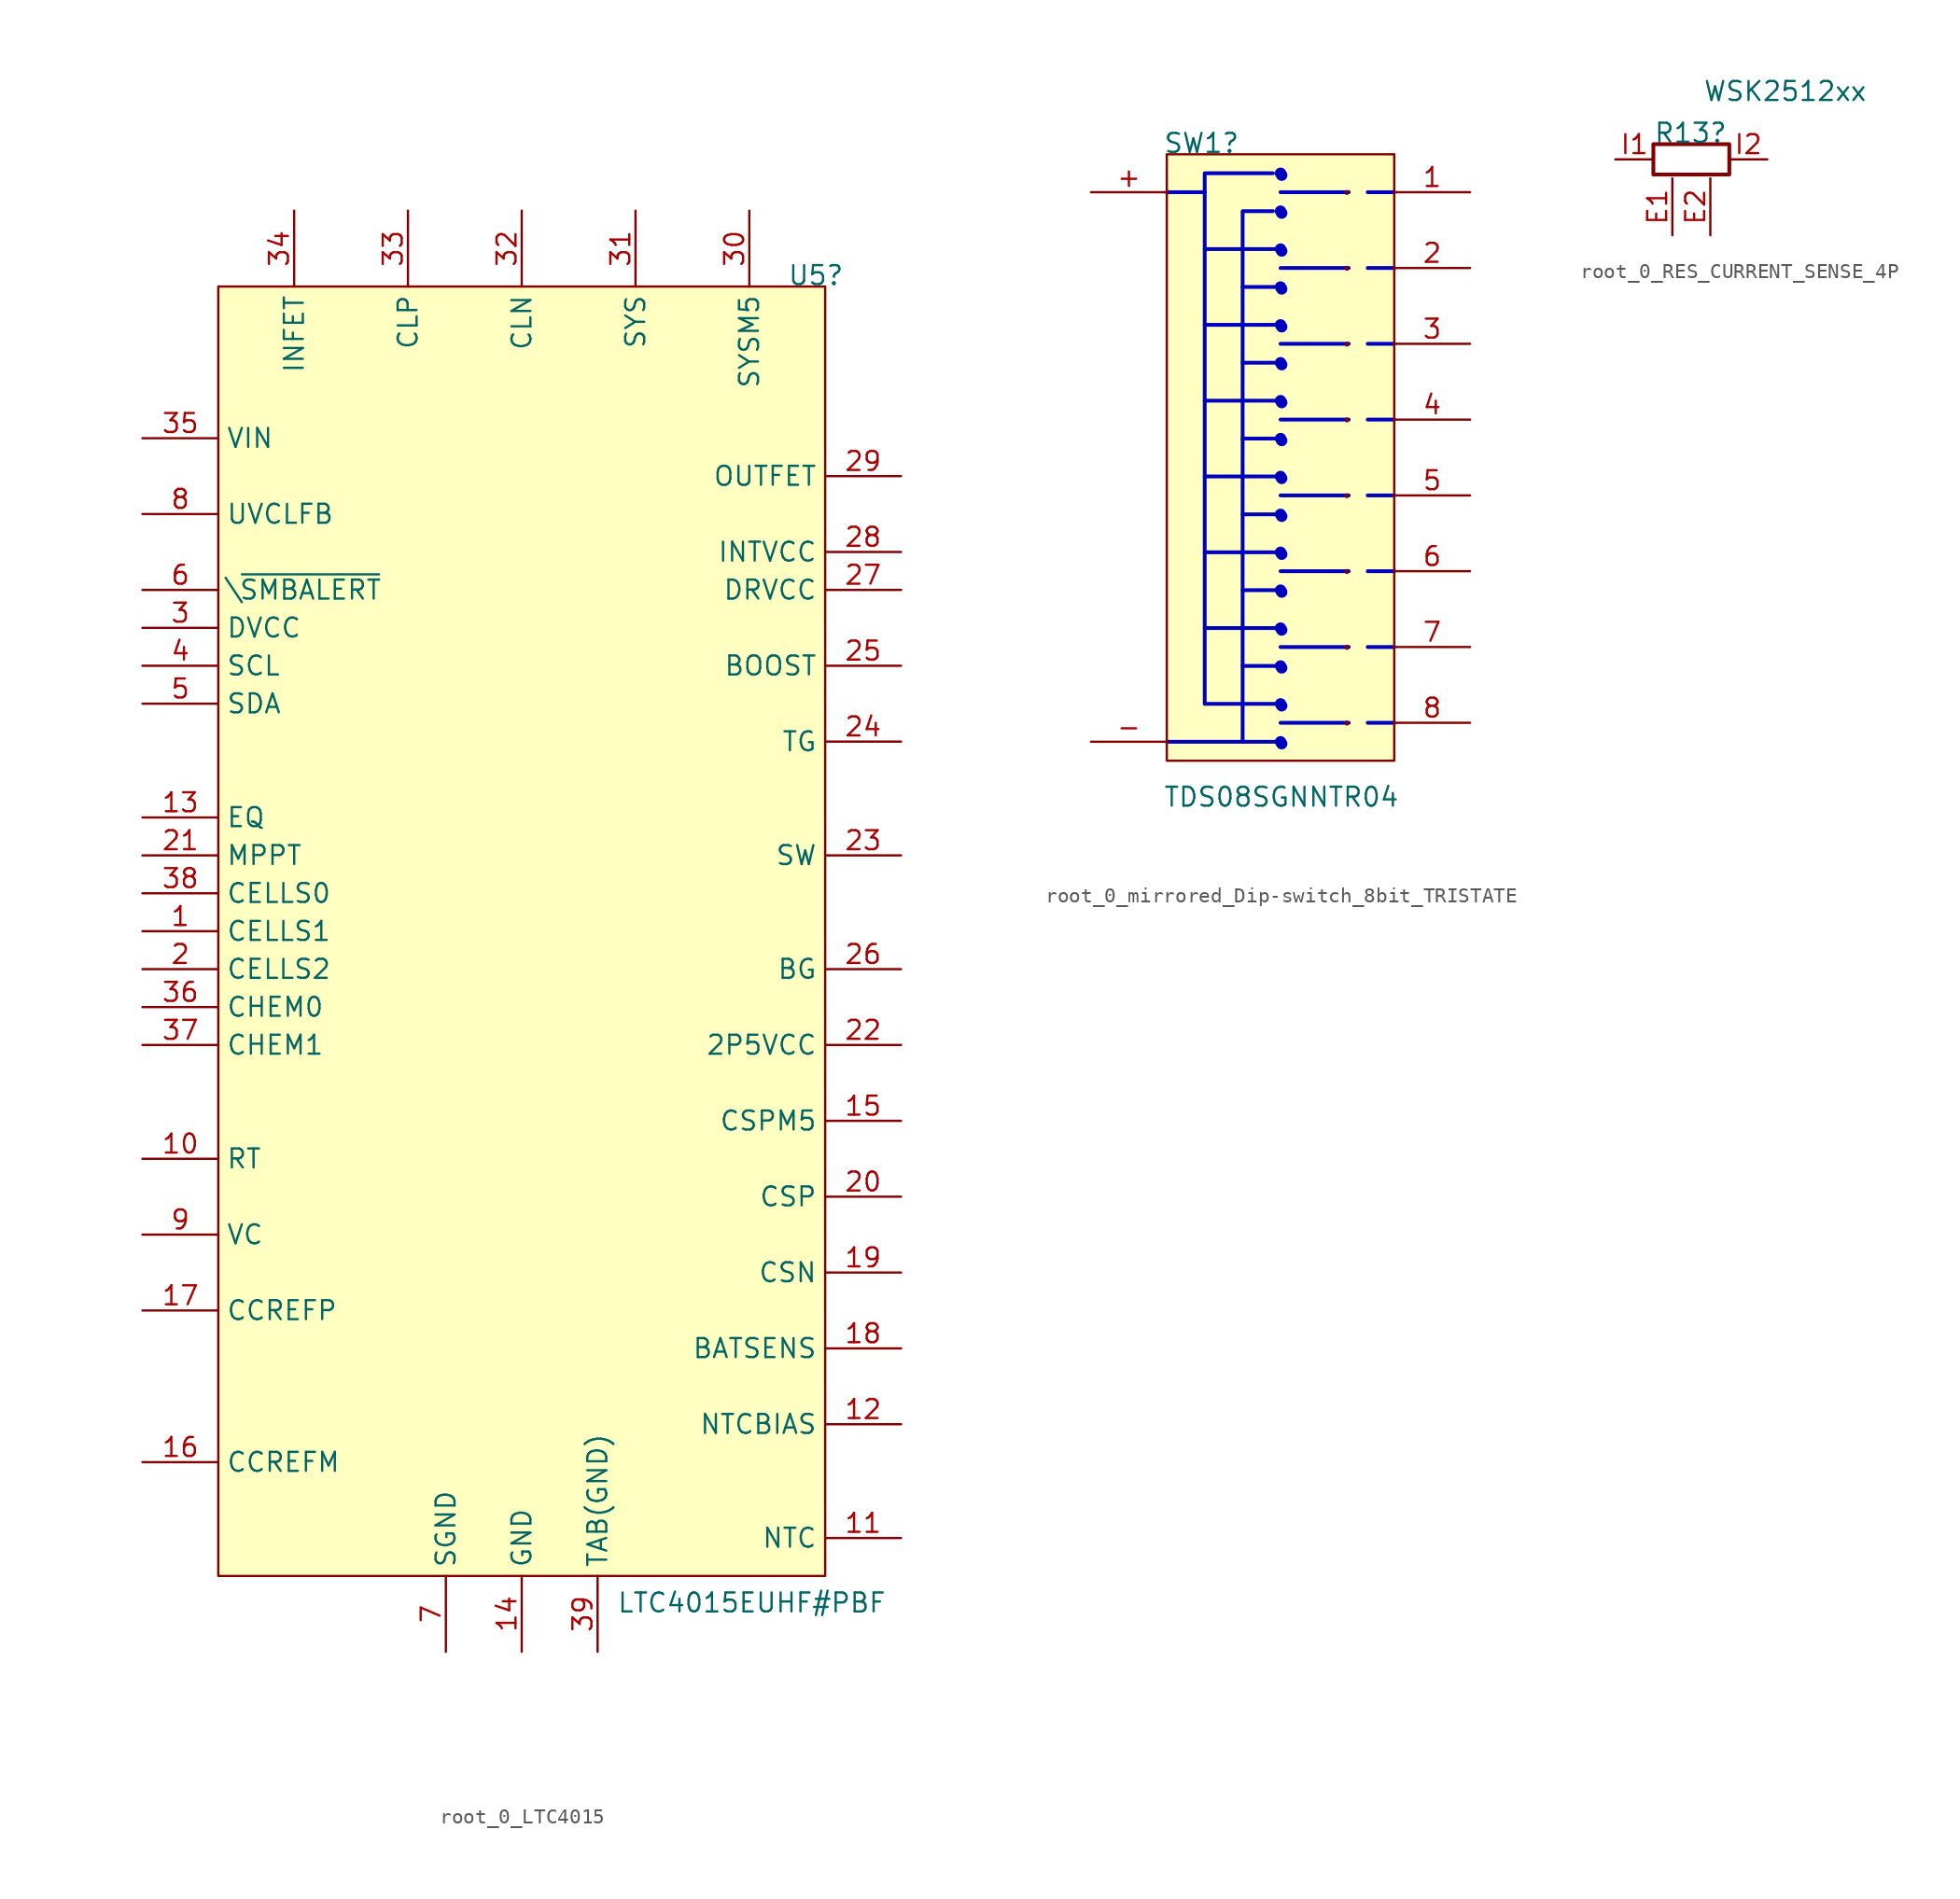
<source format=kicad_sym>
(kicad_symbol_lib
  (version 20220914)
  (generator kicad_symbol_editor)
  (symbol "root_0_LTC4015"
    (property "Reference" "U5"
      (at 38.1 0 0)
      (effects (font (size 1.27 1.27)) (justify left bottom)))
    (property "Value" "LTC4015EUHF#PBF"
      (at 26.67 -88.9 0)
      (effects (font (size 1.27 1.27)) (justify left bottom)))
    (symbol "root_0_LTC4015_1_0"
      (rectangle (start 40.64 0) (end 0 -86.36) (stroke (width 0) (type solid)) (fill (type background)))
      (pin passive line (at -5.08 -43.18 0) (length 5.08) (name "CELLS1" (effects (font (size 1.27 1.27)))) (number "1" (effects (font (size 1.27 1.27)))))
      (pin passive line (at -5.08 -58.42 0) (length 5.08) (name "RT" (effects (font (size 1.27 1.27)))) (number "10" (effects (font (size 1.27 1.27)))))
      (pin passive line (at 45.72 -83.82 180) (length 5.08) (name "NTC" (effects (font (size 1.27 1.27)))) (number "11" (effects (font (size 1.27 1.27)))))
      (pin passive line (at 45.72 -76.2 180) (length 5.08) (name "NTCBIAS" (effects (font (size 1.27 1.27)))) (number "12" (effects (font (size 1.27 1.27)))))
      (pin passive line (at -5.08 -35.56 0) (length 5.08) (name "EQ" (effects (font (size 1.27 1.27)))) (number "13" (effects (font (size 1.27 1.27)))))
      (pin power_in line (at 20.32 -91.44 90) (length 5.08) (name "GND" (effects (font (size 1.27 1.27)))) (number "14" (effects (font (size 1.27 1.27)))))
      (pin passive line (at 45.72 -55.88 180) (length 5.08) (name "CSPM5" (effects (font (size 1.27 1.27)))) (number "15" (effects (font (size 1.27 1.27)))))
      (pin passive line (at -5.08 -78.74 0) (length 5.08) (name "CCREFM" (effects (font (size 1.27 1.27)))) (number "16" (effects (font (size 1.27 1.27)))))
      (pin passive line (at -5.08 -68.58 0) (length 5.08) (name "CCREFP" (effects (font (size 1.27 1.27)))) (number "17" (effects (font (size 1.27 1.27)))))
      (pin passive line (at 45.72 -71.12 180) (length 5.08) (name "BATSENS" (effects (font (size 1.27 1.27)))) (number "18" (effects (font (size 1.27 1.27)))))
      (pin passive line (at 45.72 -66.04 180) (length 5.08) (name "CSN" (effects (font (size 1.27 1.27)))) (number "19" (effects (font (size 1.27 1.27)))))
      (pin passive line (at -5.08 -45.72 0) (length 5.08) (name "CELLS2" (effects (font (size 1.27 1.27)))) (number "2" (effects (font (size 1.27 1.27)))))
      (pin passive line (at 45.72 -60.96 180) (length 5.08) (name "CSP" (effects (font (size 1.27 1.27)))) (number "20" (effects (font (size 1.27 1.27)))))
      (pin passive line (at -5.08 -38.1 0) (length 5.08) (name "MPPT" (effects (font (size 1.27 1.27)))) (number "21" (effects (font (size 1.27 1.27)))))
      (pin passive line (at 45.72 -50.8 180) (length 5.08) (name "2P5VCC" (effects (font (size 1.27 1.27)))) (number "22" (effects (font (size 1.27 1.27)))))
      (pin passive line (at 45.72 -38.1 180) (length 5.08) (name "SW" (effects (font (size 1.27 1.27)))) (number "23" (effects (font (size 1.27 1.27)))))
      (pin passive line (at 45.72 -30.48 180) (length 5.08) (name "TG" (effects (font (size 1.27 1.27)))) (number "24" (effects (font (size 1.27 1.27)))))
      (pin passive line (at 45.72 -25.4 180) (length 5.08) (name "BOOST" (effects (font (size 1.27 1.27)))) (number "25" (effects (font (size 1.27 1.27)))))
      (pin passive line (at 45.72 -45.72 180) (length 5.08) (name "BG" (effects (font (size 1.27 1.27)))) (number "26" (effects (font (size 1.27 1.27)))))
      (pin passive line (at 45.72 -20.32 180) (length 5.08) (name "DRVCC" (effects (font (size 1.27 1.27)))) (number "27" (effects (font (size 1.27 1.27)))))
      (pin passive line (at 45.72 -17.78 180) (length 5.08) (name "INTVCC" (effects (font (size 1.27 1.27)))) (number "28" (effects (font (size 1.27 1.27)))))
      (pin passive line (at 45.72 -12.7 180) (length 5.08) (name "OUTFET" (effects (font (size 1.27 1.27)))) (number "29" (effects (font (size 1.27 1.27)))))
      (pin passive line (at -5.08 -22.86 0) (length 5.08) (name "DVCC" (effects (font (size 1.27 1.27)))) (number "3" (effects (font (size 1.27 1.27)))))
      (pin passive line (at 35.56 5.08 270) (length 5.08) (name "SYSM5" (effects (font (size 1.27 1.27)))) (number "30" (effects (font (size 1.27 1.27)))))
      (pin passive line (at 27.94 5.08 270) (length 5.08) (name "SYS" (effects (font (size 1.27 1.27)))) (number "31" (effects (font (size 1.27 1.27)))))
      (pin passive line (at 20.32 5.08 270) (length 5.08) (name "CLN" (effects (font (size 1.27 1.27)))) (number "32" (effects (font (size 1.27 1.27)))))
      (pin passive line (at 12.7 5.08 270) (length 5.08) (name "CLP" (effects (font (size 1.27 1.27)))) (number "33" (effects (font (size 1.27 1.27)))))
      (pin passive line (at 5.08 5.08 270) (length 5.08) (name "INFET" (effects (font (size 1.27 1.27)))) (number "34" (effects (font (size 1.27 1.27)))))
      (pin passive line (at -5.08 -10.16 0) (length 5.08) (name "VIN" (effects (font (size 1.27 1.27)))) (number "35" (effects (font (size 1.27 1.27)))))
      (pin passive line (at -5.08 -48.26 0) (length 5.08) (name "CHEM0" (effects (font (size 1.27 1.27)))) (number "36" (effects (font (size 1.27 1.27)))))
      (pin passive line (at -5.08 -50.8 0) (length 5.08) (name "CHEM1" (effects (font (size 1.27 1.27)))) (number "37" (effects (font (size 1.27 1.27)))))
      (pin passive line (at -5.08 -40.64 0) (length 5.08) (name "CELLS0" (effects (font (size 1.27 1.27)))) (number "38" (effects (font (size 1.27 1.27)))))
      (pin power_in line (at 25.4 -91.44 90) (length 5.08) (name "TAB(GND)" (effects (font (size 1.27 1.27)))) (number "39" (effects (font (size 1.27 1.27)))))
      (pin passive line (at -5.08 -25.4 0) (length 5.08) (name "SCL" (effects (font (size 1.27 1.27)))) (number "4" (effects (font (size 1.27 1.27)))))
      (pin passive line (at -5.08 -27.94 0) (length 5.08) (name "SDA" (effects (font (size 1.27 1.27)))) (number "5" (effects (font (size 1.27 1.27)))))
      (pin passive line (at -5.08 -20.32 0) (length 5.08) (name "\\~{SMBALERT}" (effects (font (size 1.27 1.27)))) (number "6" (effects (font (size 1.27 1.27)))))
      (pin passive line (at 15.24 -91.44 90) (length 5.08) (name "SGND" (effects (font (size 1.27 1.27)))) (number "7" (effects (font (size 1.27 1.27)))))
      (pin passive line (at -5.08 -15.24 0) (length 5.08) (name "UVCLFB" (effects (font (size 1.27 1.27)))) (number "8" (effects (font (size 1.27 1.27)))))
      (pin passive line (at -5.08 -63.5 0) (length 5.08) (name "VC" (effects (font (size 1.27 1.27)))) (number "9" (effects (font (size 1.27 1.27)))))))
  (symbol "root_0_mirrored_Dip-switch_8bit_TRISTATE"
    (property "Reference" "SW1"
      (at -15.494 0 0)
      (effects (font (size 1.27 1.27)) (justify left bottom)))
    (property "Value" "TDS08SGNNTR04"
      (at -15.494 -43.815 0)
      (effects (font (size 1.27 1.27)) (justify left bottom)))
    (symbol "root_0_mirrored_Dip-switch_8bit_TRISTATE_1_0"
      (arc (start -3.1747 -38.0802) (mid -3.1746 -38.1217) (end -3.1718 -38.1632) (stroke (width 0.254) (type solid)) (fill (type none)))
      (arc (start -3.1747 -33.0002) (mid -3.1746 -33.0417) (end -3.1718 -33.0832) (stroke (width 0.254) (type solid)) (fill (type none)))
      (arc (start -3.1747 -27.9202) (mid -3.1746 -27.9617) (end -3.1718 -28.0032) (stroke (width 0.254) (type solid)) (fill (type none)))
      (arc (start -3.1747 -22.8402) (mid -3.1746 -22.8817) (end -3.1718 -22.9232) (stroke (width 0.254) (type solid)) (fill (type none)))
      (arc (start -3.1747 -17.7602) (mid -3.1746 -17.8017) (end -3.1718 -17.8432) (stroke (width 0.254) (type solid)) (fill (type none)))
      (arc (start -3.1747 -12.6802) (mid -3.1746 -12.7217) (end -3.1718 -12.7632) (stroke (width 0.254) (type solid)) (fill (type none)))
      (arc (start -3.1747 -7.6002) (mid -3.1746 -7.6417) (end -3.1718 -7.6832) (stroke (width 0.254) (type solid)) (fill (type none)))
      (arc (start -3.1747 -2.5202) (mid -3.1746 -2.5617) (end -3.1718 -2.6032) (stroke (width 0.254) (type solid)) (fill (type none)))
      (rectangle (start 0 0) (end -15.24 -40.64) (stroke (width 0) (type solid)) (fill (type background)))
      (polyline (pts (xy -12.7 -2.54) (xy -15.24 -2.54)) (stroke (width 0.254) (type solid) (color 0 0 191 1)) (fill (type none)))
      (polyline (pts (xy -10.16 -39.37) (xy -15.24 -39.37)) (stroke (width 0.254) (type solid) (color 0 0 191 1)) (fill (type none)))
      (polyline (pts (xy -7.62 -39.37) (xy -7.239 -40.005)) (stroke (width 0.762) (type dot) (color 0 0 191 1)) (fill (type none)))
      (polyline (pts (xy -7.62 -36.83) (xy -7.239 -37.465)) (stroke (width 0.762) (type dot) (color 0 0 191 1)) (fill (type none)))
      (polyline (pts (xy -7.62 -34.29) (xy -10.16 -34.29)) (stroke (width 0.254) (type solid) (color 0 0 191 1)) (fill (type none)))
      (polyline (pts (xy -7.62 -34.29) (xy -7.239 -34.925)) (stroke (width 0.762) (type dot) (color 0 0 191 1)) (fill (type none)))
      (polyline (pts (xy -7.62 -31.75) (xy -12.7 -31.75)) (stroke (width 0.254) (type solid) (color 0 0 191 1)) (fill (type none)))
      (polyline (pts (xy -7.62 -31.75) (xy -7.239 -32.385)) (stroke (width 0.762) (type dot) (color 0 0 191 1)) (fill (type none)))
      (polyline (pts (xy -7.62 -29.21) (xy -10.16 -29.21)) (stroke (width 0.254) (type solid) (color 0 0 191 1)) (fill (type none)))
      (polyline (pts (xy -7.62 -29.21) (xy -7.239 -29.845)) (stroke (width 0.762) (type dot) (color 0 0 191 1)) (fill (type none)))
      (polyline (pts (xy -7.62 -26.67) (xy -12.7 -26.67)) (stroke (width 0.254) (type solid) (color 0 0 191 1)) (fill (type none)))
      (polyline (pts (xy -7.62 -26.67) (xy -7.239 -27.305)) (stroke (width 0.762) (type dot) (color 0 0 191 1)) (fill (type none)))
      (polyline (pts (xy -7.62 -24.13) (xy -10.16 -24.13)) (stroke (width 0.254) (type solid) (color 0 0 191 1)) (fill (type none)))
      (polyline (pts (xy -7.62 -24.13) (xy -7.239 -24.765)) (stroke (width 0.762) (type dot) (color 0 0 191 1)) (fill (type none)))
      (polyline (pts (xy -7.62 -21.59) (xy -12.7 -21.59)) (stroke (width 0.254) (type solid) (color 0 0 191 1)) (fill (type none)))
      (polyline (pts (xy -7.62 -21.59) (xy -7.239 -22.225)) (stroke (width 0.762) (type dot) (color 0 0 191 1)) (fill (type none)))
      (polyline (pts (xy -7.62 -19.05) (xy -10.16 -19.05)) (stroke (width 0.254) (type solid) (color 0 0 191 1)) (fill (type none)))
      (polyline (pts (xy -7.62 -19.05) (xy -7.239 -19.685)) (stroke (width 0.762) (type dot) (color 0 0 191 1)) (fill (type none)))
      (polyline (pts (xy -7.62 -16.51) (xy -12.7 -16.51)) (stroke (width 0.254) (type solid) (color 0 0 191 1)) (fill (type none)))
      (polyline (pts (xy -7.62 -16.51) (xy -7.239 -17.145)) (stroke (width 0.762) (type dot) (color 0 0 191 1)) (fill (type none)))
      (polyline (pts (xy -7.62 -13.97) (xy -10.16 -13.97)) (stroke (width 0.254) (type solid) (color 0 0 191 1)) (fill (type none)))
      (polyline (pts (xy -7.62 -13.97) (xy -7.239 -14.605)) (stroke (width 0.762) (type dot) (color 0 0 191 1)) (fill (type none)))
      (polyline (pts (xy -7.62 -11.43) (xy -12.7 -11.43)) (stroke (width 0.254) (type solid) (color 0 0 191 1)) (fill (type none)))
      (polyline (pts (xy -7.62 -11.43) (xy -7.239 -12.065)) (stroke (width 0.762) (type dot) (color 0 0 191 1)) (fill (type none)))
      (polyline (pts (xy -7.62 -8.89) (xy -10.16 -8.89)) (stroke (width 0.254) (type solid) (color 0 0 191 1)) (fill (type none)))
      (polyline (pts (xy -7.62 -8.89) (xy -7.239 -9.525)) (stroke (width 0.762) (type dot) (color 0 0 191 1)) (fill (type none)))
      (polyline (pts (xy -7.62 -6.35) (xy -12.7 -6.35)) (stroke (width 0.254) (type solid) (color 0 0 191 1)) (fill (type none)))
      (polyline (pts (xy -7.62 -6.35) (xy -7.239 -6.985)) (stroke (width 0.762) (type dot) (color 0 0 191 1)) (fill (type none)))
      (polyline (pts (xy -7.62 -3.81) (xy -7.239 -4.445)) (stroke (width 0.762) (type dot) (color 0 0 191 1)) (fill (type none)))
      (polyline (pts (xy -7.62 -1.27) (xy -7.239 -1.905)) (stroke (width 0.762) (type dot) (color 0 0 191 1)) (fill (type none)))
      (polyline (pts (xy -3.048 -38.1) (xy -7.62 -38.1)) (stroke (width 0.254) (type solid) (color 0 0 191 1)) (fill (type none)))
      (polyline (pts (xy -3.048 -33.02) (xy -7.62 -33.02)) (stroke (width 0.254) (type solid) (color 0 0 191 1)) (fill (type none)))
      (polyline (pts (xy -3.048 -27.94) (xy -7.62 -27.94)) (stroke (width 0.254) (type solid) (color 0 0 191 1)) (fill (type none)))
      (polyline (pts (xy -3.048 -22.86) (xy -7.62 -22.86)) (stroke (width 0.254) (type solid) (color 0 0 191 1)) (fill (type none)))
      (polyline (pts (xy -3.048 -17.78) (xy -7.62 -17.78)) (stroke (width 0.254) (type solid) (color 0 0 191 1)) (fill (type none)))
      (polyline (pts (xy -3.048 -12.7) (xy -7.62 -12.7)) (stroke (width 0.254) (type solid) (color 0 0 191 1)) (fill (type none)))
      (polyline (pts (xy -3.048 -7.62) (xy -7.62 -7.62)) (stroke (width 0.254) (type solid) (color 0 0 191 1)) (fill (type none)))
      (polyline (pts (xy -3.048 -2.54) (xy -7.62 -2.54)) (stroke (width 0.254) (type solid) (color 0 0 191 1)) (fill (type none)))
      (polyline (pts (xy -1.778 -38.1) (xy 0 -38.1)) (stroke (width 0.254) (type solid) (color 0 0 191 1)) (fill (type none)))
      (polyline (pts (xy -1.778 -33.02) (xy 0 -33.02)) (stroke (width 0.254) (type solid) (color 0 0 191 1)) (fill (type none)))
      (polyline (pts (xy -1.778 -27.94) (xy 0 -27.94)) (stroke (width 0.254) (type solid) (color 0 0 191 1)) (fill (type none)))
      (polyline (pts (xy -1.778 -22.86) (xy 0 -22.86)) (stroke (width 0.254) (type solid) (color 0 0 191 1)) (fill (type none)))
      (polyline (pts (xy -1.778 -17.78) (xy 0 -17.78)) (stroke (width 0.254) (type solid) (color 0 0 191 1)) (fill (type none)))
      (polyline (pts (xy -1.778 -12.7) (xy 0 -12.7)) (stroke (width 0.254) (type solid) (color 0 0 191 1)) (fill (type none)))
      (polyline (pts (xy -1.778 -7.62) (xy 0 -7.62)) (stroke (width 0.254) (type solid) (color 0 0 191 1)) (fill (type none)))
      (polyline (pts (xy -1.778 -2.54) (xy 0 -2.54)) (stroke (width 0.254) (type solid) (color 0 0 191 1)) (fill (type none)))
      (polyline (pts (xy -12.7 -2.54) (xy -12.7 -36.83) (xy -7.62 -36.83)) (stroke (width 0.254) (type solid) (color 0 0 191 1)) (fill (type none)))
      (polyline (pts (xy -8.128 -1.27) (xy -12.7 -1.27) (xy -12.7 -2.54)) (stroke (width 0.254) (type solid) (color 0 0 191 1)) (fill (type none)))
      (polyline (pts (xy -8.128 -3.81) (xy -10.16 -3.81) (xy -10.16 -39.37) (xy -7.62 -39.37)) (stroke (width 0.254) (type solid) (color 0 0 191 1)) (fill (type none)))
      (pin passive line (at -20.32 -2.54 0) (length 5.08) (name "+" (effects (font (size 0 0)))) (number "+" (effects (font (size 1.27 1.27)))))
      (pin passive line (at -20.32 -39.37 0) (length 5.08) (name "-" (effects (font (size 0 0)))) (number "-" (effects (font (size 1.27 1.27)))))
      (pin passive line (at 5.08 -2.54 180) (length 5.08) (name "1" (effects (font (size 0 0)))) (number "1" (effects (font (size 1.27 1.27)))))
      (pin passive line (at 5.08 -7.62 180) (length 5.08) (name "2" (effects (font (size 0 0)))) (number "2" (effects (font (size 1.27 1.27)))))
      (pin passive line (at 5.08 -12.7 180) (length 5.08) (name "3" (effects (font (size 0 0)))) (number "3" (effects (font (size 1.27 1.27)))))
      (pin passive line (at 5.08 -17.78 180) (length 5.08) (name "4" (effects (font (size 0 0)))) (number "4" (effects (font (size 1.27 1.27)))))
      (pin passive line (at 5.08 -22.86 180) (length 5.08) (name "5" (effects (font (size 0 0)))) (number "5" (effects (font (size 1.27 1.27)))))
      (pin passive line (at 5.08 -27.94 180) (length 5.08) (name "6" (effects (font (size 0 0)))) (number "6" (effects (font (size 1.27 1.27)))))
      (pin passive line (at 5.08 -33.02 180) (length 5.08) (name "7" (effects (font (size 0 0)))) (number "7" (effects (font (size 1.27 1.27)))))
      (pin passive line (at 5.08 -38.1 180) (length 5.08) (name "8" (effects (font (size 0 0)))) (number "8" (effects (font (size 1.27 1.27)))))))
  (symbol "root_0_RES_CURRENT_SENSE_4P"
    (property "Reference" "R13"
      (at 2.54 1.016 0)
      (effects (font (size 1.27 1.27)) (justify left bottom)))
    (property "Value" "WSK2512xx"
      (at 5.842 3.81 0)
      (effects (font (size 1.27 1.27)) (justify left bottom)))
    (symbol "root_0_RES_CURRENT_SENSE_4P_1_0"
      (rectangle (start 7.62 1.016) (end 2.54 -1.016) (stroke (width 0.254) (type solid)) (fill (type none)))
      (pin passive line (at 3.81 -5.08 90) (length 3.81) (name "E1" (effects (font (size 0 0)))) (number "E1" (effects (font (size 1.27 1.27)))))
      (pin passive line (at 6.35 -5.08 90) (length 3.81) (name "E2" (effects (font (size 0 0)))) (number "E2" (effects (font (size 1.27 1.27)))))
      (pin passive line (at 0 0 0) (length 2.54) (name "I1" (effects (font (size 0 0)))) (number "I1" (effects (font (size 1.27 1.27)))))
      (pin passive line (at 10.16 0 180) (length 2.54) (name "I2" (effects (font (size 0 0)))) (number "I2" (effects (font (size 1.27 1.27))))))))
</source>
